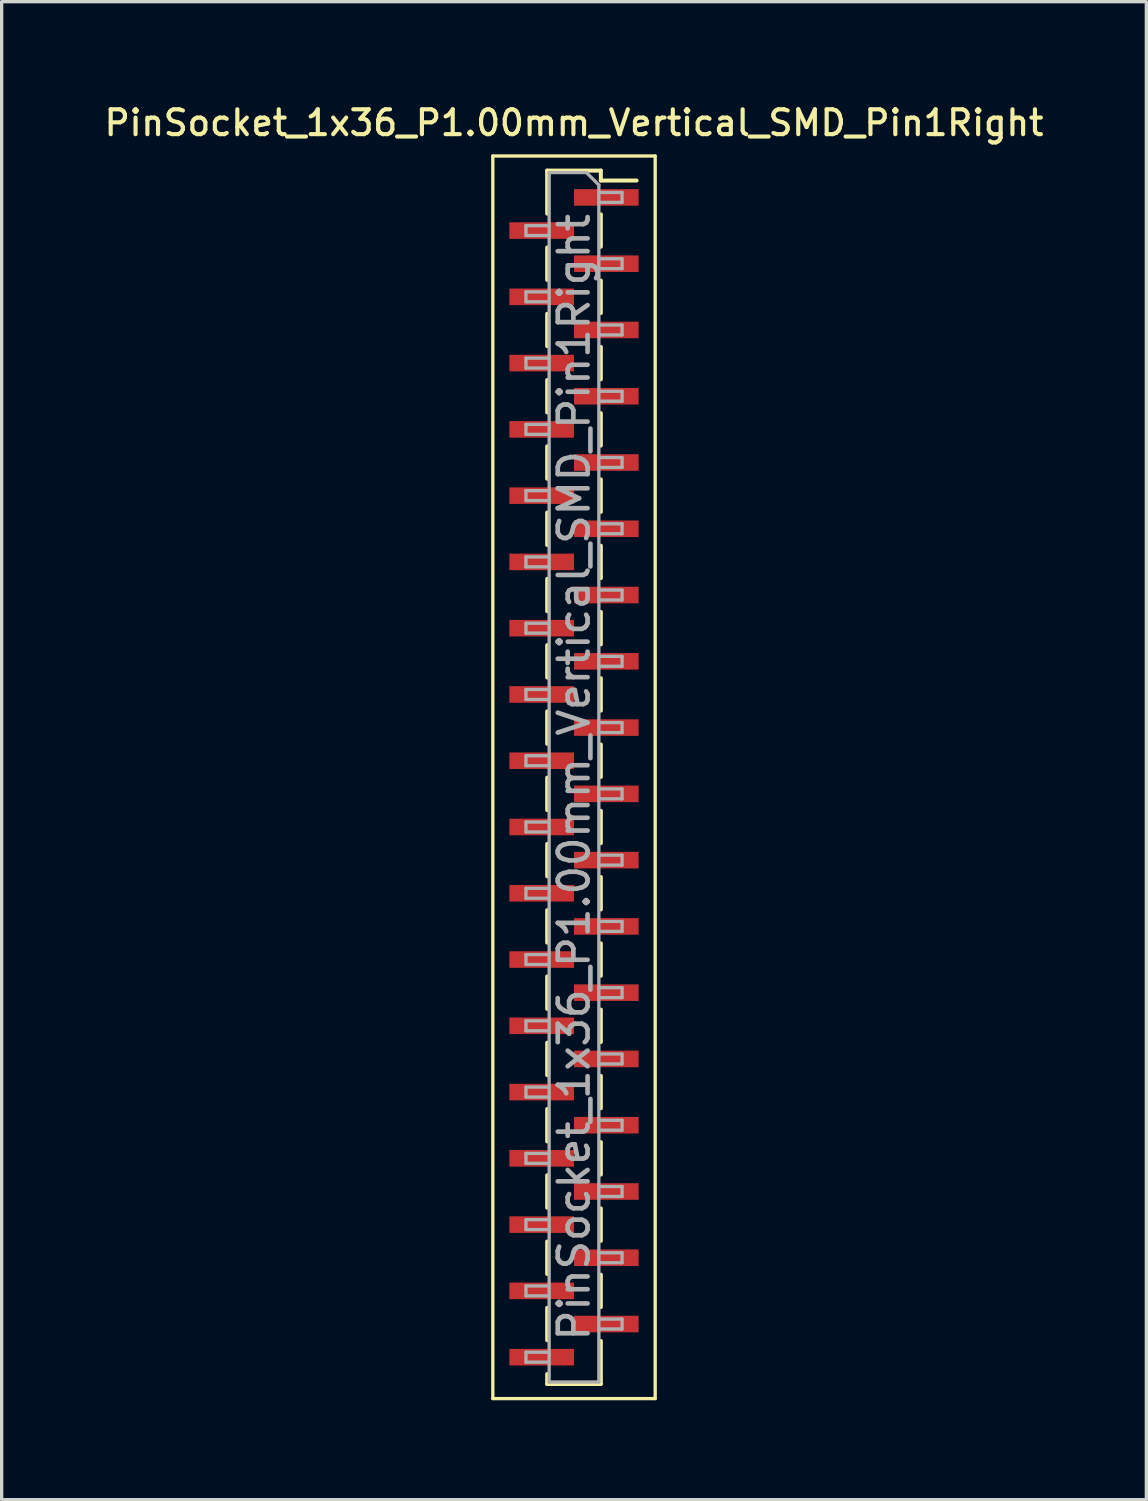
<source format=kicad_pcb>
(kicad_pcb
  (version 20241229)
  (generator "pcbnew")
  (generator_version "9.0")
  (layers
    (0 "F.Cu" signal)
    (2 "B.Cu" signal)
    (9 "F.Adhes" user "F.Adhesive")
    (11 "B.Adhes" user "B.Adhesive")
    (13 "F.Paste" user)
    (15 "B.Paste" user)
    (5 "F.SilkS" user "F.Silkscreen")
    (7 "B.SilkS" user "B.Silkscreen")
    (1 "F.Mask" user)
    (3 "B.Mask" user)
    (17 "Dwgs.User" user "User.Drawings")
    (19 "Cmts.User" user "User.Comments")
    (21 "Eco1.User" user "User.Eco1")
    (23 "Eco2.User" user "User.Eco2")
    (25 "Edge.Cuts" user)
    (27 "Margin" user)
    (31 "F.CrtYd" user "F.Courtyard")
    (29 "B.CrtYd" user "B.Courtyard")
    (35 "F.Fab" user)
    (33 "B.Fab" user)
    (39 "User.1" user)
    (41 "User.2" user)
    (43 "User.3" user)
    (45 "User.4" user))
  (footprint "PinSocket_1x36_P1.00mm_Vertical_SMD_Pin1Right"
    (layer "F.Cu")
    (at 14.273 20.408)
    (property "Reference" "PinSocket_1x36_P1.00mm_Vertical_SMD_Pin1Right" (at 0 -19.75 0) (layer "F.SilkS") (effects (font (size 0.75 0.75) (thickness 0.125))))
    (attr smd)
    (fp_line (start -2.45 -18.75) (end 2.45 -18.75) (stroke (width 0.1) (type solid)) (layer "F.SilkS"))
    (fp_line (start -2.45 18.75) (end -2.45 -18.75) (stroke (width 0.1) (type solid)) (layer "F.SilkS"))
    (fp_line (start -0.81 -18.31) (end -0.81 -17.01) (stroke (width 0.12) (type solid)) (layer "F.SilkS"))
    (fp_line (start -0.81 -18.31) (end 0.81 -18.31) (stroke (width 0.12) (type solid)) (layer "F.SilkS"))
    (fp_line (start -0.81 -15.99) (end -0.81 -15.01) (stroke (width 0.12) (type solid)) (layer "F.SilkS"))
    (fp_line (start -0.81 -13.99) (end -0.81 -13.01) (stroke (width 0.12) (type solid)) (layer "F.SilkS"))
    (fp_line (start -0.81 -11.99) (end -0.81 -11.01) (stroke (width 0.12) (type solid)) (layer "F.SilkS"))
    (fp_line (start -0.81 -9.99) (end -0.81 -9.01) (stroke (width 0.12) (type solid)) (layer "F.SilkS"))
    (fp_line (start -0.81 -7.99) (end -0.81 -7.01) (stroke (width 0.12) (type solid)) (layer "F.SilkS"))
    (fp_line (start -0.81 -5.99) (end -0.81 -5.01) (stroke (width 0.12) (type solid)) (layer "F.SilkS"))
    (fp_line (start -0.81 -3.99) (end -0.81 -3.01) (stroke (width 0.12) (type solid)) (layer "F.SilkS"))
    (fp_line (start -0.81 -1.99) (end -0.81 -1.01) (stroke (width 0.12) (type solid)) (layer "F.SilkS"))
    (fp_line (start -0.81 0.01) (end -0.81 0.99) (stroke (width 0.12) (type solid)) (layer "F.SilkS"))
    (fp_line (start -0.81 2.01) (end -0.81 2.99) (stroke (width 0.12) (type solid)) (layer "F.SilkS"))
    (fp_line (start -0.81 4.01) (end -0.81 4.99) (stroke (width 0.12) (type solid)) (layer "F.SilkS"))
    (fp_line (start -0.81 6.01) (end -0.81 6.99) (stroke (width 0.12) (type solid)) (layer "F.SilkS"))
    (fp_line (start -0.81 8.01) (end -0.81 8.99) (stroke (width 0.12) (type solid)) (layer "F.SilkS"))
    (fp_line (start -0.81 10.01) (end -0.81 10.99) (stroke (width 0.12) (type solid)) (layer "F.SilkS"))
    (fp_line (start -0.81 12.01) (end -0.81 12.99) (stroke (width 0.12) (type solid)) (layer "F.SilkS"))
    (fp_line (start -0.81 14.01) (end -0.81 14.99) (stroke (width 0.12) (type solid)) (layer "F.SilkS"))
    (fp_line (start -0.81 16.01) (end -0.81 16.99) (stroke (width 0.12) (type solid)) (layer "F.SilkS"))
    (fp_line (start -0.81 18.01) (end -0.81 18.31) (stroke (width 0.12) (type solid)) (layer "F.SilkS"))
    (fp_line (start -0.81 18.31) (end 0.81 18.31) (stroke (width 0.12) (type solid)) (layer "F.SilkS"))
    (fp_line (start 0.81 -18.31) (end 0.81 -18.01) (stroke (width 0.12) (type solid)) (layer "F.SilkS"))
    (fp_line (start 0.81 -18.01) (end 1.89 -18.01) (stroke (width 0.12) (type solid)) (layer "F.SilkS"))
    (fp_line (start 0.81 -16.99) (end 0.81 -16.01) (stroke (width 0.12) (type solid)) (layer "F.SilkS"))
    (fp_line (start 0.81 -14.99) (end 0.81 -14.01) (stroke (width 0.12) (type solid)) (layer "F.SilkS"))
    (fp_line (start 0.81 -12.99) (end 0.81 -12.01) (stroke (width 0.12) (type solid)) (layer "F.SilkS"))
    (fp_line (start 0.81 -10.99) (end 0.81 -10.01) (stroke (width 0.12) (type solid)) (layer "F.SilkS"))
    (fp_line (start 0.81 -8.99) (end 0.81 -8.01) (stroke (width 0.12) (type solid)) (layer "F.SilkS"))
    (fp_line (start 0.81 -6.99) (end 0.81 -6.01) (stroke (width 0.12) (type solid)) (layer "F.SilkS"))
    (fp_line (start 0.81 -4.99) (end 0.81 -4.01) (stroke (width 0.12) (type solid)) (layer "F.SilkS"))
    (fp_line (start 0.81 -2.99) (end 0.81 -2.01) (stroke (width 0.12) (type solid)) (layer "F.SilkS"))
    (fp_line (start 0.81 -0.99) (end 0.81 -0.01) (stroke (width 0.12) (type solid)) (layer "F.SilkS"))
    (fp_line (start 0.81 1.01) (end 0.81 1.99) (stroke (width 0.12) (type solid)) (layer "F.SilkS"))
    (fp_line (start 0.81 3.01) (end 0.81 3.99) (stroke (width 0.12) (type solid)) (layer "F.SilkS"))
    (fp_line (start 0.81 5.01) (end 0.81 5.99) (stroke (width 0.12) (type solid)) (layer "F.SilkS"))
    (fp_line (start 0.81 7.01) (end 0.81 7.99) (stroke (width 0.12) (type solid)) (layer "F.SilkS"))
    (fp_line (start 0.81 9.01) (end 0.81 9.99) (stroke (width 0.12) (type solid)) (layer "F.SilkS"))
    (fp_line (start 0.81 11.01) (end 0.81 11.99) (stroke (width 0.12) (type solid)) (layer "F.SilkS"))
    (fp_line (start 0.81 13.01) (end 0.81 13.99) (stroke (width 0.12) (type solid)) (layer "F.SilkS"))
    (fp_line (start 0.81 15.01) (end 0.81 15.99) (stroke (width 0.12) (type solid)) (layer "F.SilkS"))
    (fp_line (start 0.81 17.01) (end 0.81 18.31) (stroke (width 0.12) (type solid)) (layer "F.SilkS"))
    (fp_line (start 2.45 -18.75) (end 2.45 18.75) (stroke (width 0.1) (type solid)) (layer "F.SilkS"))
    (fp_line (start 2.45 18.75) (end -2.45 18.75) (stroke (width 0.1) (type solid)) (layer "F.SilkS"))
    (fp_line (start -1.45 -16.65) (end -0.75 -16.65) (stroke (width 0.1) (type solid)) (layer "F.Fab"))
    (fp_line (start -1.45 -16.35) (end -1.45 -16.65) (stroke (width 0.1) (type solid)) (layer "F.Fab"))
    (fp_line (start -1.45 -14.65) (end -0.75 -14.65) (stroke (width 0.1) (type solid)) (layer "F.Fab"))
    (fp_line (start -1.45 -14.35) (end -1.45 -14.65) (stroke (width 0.1) (type solid)) (layer "F.Fab"))
    (fp_line (start -1.45 -12.65) (end -0.75 -12.65) (stroke (width 0.1) (type solid)) (layer "F.Fab"))
    (fp_line (start -1.45 -12.35) (end -1.45 -12.65) (stroke (width 0.1) (type solid)) (layer "F.Fab"))
    (fp_line (start -1.45 -10.65) (end -0.75 -10.65) (stroke (width 0.1) (type solid)) (layer "F.Fab"))
    (fp_line (start -1.45 -10.35) (end -1.45 -10.65) (stroke (width 0.1) (type solid)) (layer "F.Fab"))
    (fp_line (start -1.45 -8.65) (end -0.75 -8.65) (stroke (width 0.1) (type solid)) (layer "F.Fab"))
    (fp_line (start -1.45 -8.35) (end -1.45 -8.65) (stroke (width 0.1) (type solid)) (layer "F.Fab"))
    (fp_line (start -1.45 -6.65) (end -0.75 -6.65) (stroke (width 0.1) (type solid)) (layer "F.Fab"))
    (fp_line (start -1.45 -6.35) (end -1.45 -6.65) (stroke (width 0.1) (type solid)) (layer "F.Fab"))
    (fp_line (start -1.45 -4.65) (end -0.75 -4.65) (stroke (width 0.1) (type solid)) (layer "F.Fab"))
    (fp_line (start -1.45 -4.35) (end -1.45 -4.65) (stroke (width 0.1) (type solid)) (layer "F.Fab"))
    (fp_line (start -1.45 -2.65) (end -0.75 -2.65) (stroke (width 0.1) (type solid)) (layer "F.Fab"))
    (fp_line (start -1.45 -2.35) (end -1.45 -2.65) (stroke (width 0.1) (type solid)) (layer "F.Fab"))
    (fp_line (start -1.45 -0.65) (end -0.75 -0.65) (stroke (width 0.1) (type solid)) (layer "F.Fab"))
    (fp_line (start -1.45 -0.35) (end -1.45 -0.65) (stroke (width 0.1) (type solid)) (layer "F.Fab"))
    (fp_line (start -1.45 1.35) (end -0.75 1.35) (stroke (width 0.1) (type solid)) (layer "F.Fab"))
    (fp_line (start -1.45 1.65) (end -1.45 1.35) (stroke (width 0.1) (type solid)) (layer "F.Fab"))
    (fp_line (start -1.45 3.35) (end -0.75 3.35) (stroke (width 0.1) (type solid)) (layer "F.Fab"))
    (fp_line (start -1.45 3.65) (end -1.45 3.35) (stroke (width 0.1) (type solid)) (layer "F.Fab"))
    (fp_line (start -1.45 5.35) (end -0.75 5.35) (stroke (width 0.1) (type solid)) (layer "F.Fab"))
    (fp_line (start -1.45 5.65) (end -1.45 5.35) (stroke (width 0.1) (type solid)) (layer "F.Fab"))
    (fp_line (start -1.45 7.35) (end -0.75 7.35) (stroke (width 0.1) (type solid)) (layer "F.Fab"))
    (fp_line (start -1.45 7.65) (end -1.45 7.35) (stroke (width 0.1) (type solid)) (layer "F.Fab"))
    (fp_line (start -1.45 9.35) (end -0.75 9.35) (stroke (width 0.1) (type solid)) (layer "F.Fab"))
    (fp_line (start -1.45 9.65) (end -1.45 9.35) (stroke (width 0.1) (type solid)) (layer "F.Fab"))
    (fp_line (start -1.45 11.35) (end -0.75 11.35) (stroke (width 0.1) (type solid)) (layer "F.Fab"))
    (fp_line (start -1.45 11.65) (end -1.45 11.35) (stroke (width 0.1) (type solid)) (layer "F.Fab"))
    (fp_line (start -1.45 13.35) (end -0.75 13.35) (stroke (width 0.1) (type solid)) (layer "F.Fab"))
    (fp_line (start -1.45 13.65) (end -1.45 13.35) (stroke (width 0.1) (type solid)) (layer "F.Fab"))
    (fp_line (start -1.45 15.35) (end -0.75 15.35) (stroke (width 0.1) (type solid)) (layer "F.Fab"))
    (fp_line (start -1.45 15.65) (end -1.45 15.35) (stroke (width 0.1) (type solid)) (layer "F.Fab"))
    (fp_line (start -1.45 17.35) (end -0.75 17.35) (stroke (width 0.1) (type solid)) (layer "F.Fab"))
    (fp_line (start -1.45 17.65) (end -1.45 17.35) (stroke (width 0.1) (type solid)) (layer "F.Fab"))
    (fp_line (start -0.75 -18.25) (end 0.375 -18.25) (stroke (width 0.1) (type solid)) (layer "F.Fab"))
    (fp_line (start -0.75 -16.35) (end -1.45 -16.35) (stroke (width 0.1) (type solid)) (layer "F.Fab"))
    (fp_line (start -0.75 -14.35) (end -1.45 -14.35) (stroke (width 0.1) (type solid)) (layer "F.Fab"))
    (fp_line (start -0.75 -12.35) (end -1.45 -12.35) (stroke (width 0.1) (type solid)) (layer "F.Fab"))
    (fp_line (start -0.75 -10.35) (end -1.45 -10.35) (stroke (width 0.1) (type solid)) (layer "F.Fab"))
    (fp_line (start -0.75 -8.35) (end -1.45 -8.35) (stroke (width 0.1) (type solid)) (layer "F.Fab"))
    (fp_line (start -0.75 -6.35) (end -1.45 -6.35) (stroke (width 0.1) (type solid)) (layer "F.Fab"))
    (fp_line (start -0.75 -4.35) (end -1.45 -4.35) (stroke (width 0.1) (type solid)) (layer "F.Fab"))
    (fp_line (start -0.75 -2.35) (end -1.45 -2.35) (stroke (width 0.1) (type solid)) (layer "F.Fab"))
    (fp_line (start -0.75 -0.35) (end -1.45 -0.35) (stroke (width 0.1) (type solid)) (layer "F.Fab"))
    (fp_line (start -0.75 1.65) (end -1.45 1.65) (stroke (width 0.1) (type solid)) (layer "F.Fab"))
    (fp_line (start -0.75 3.65) (end -1.45 3.65) (stroke (width 0.1) (type solid)) (layer "F.Fab"))
    (fp_line (start -0.75 5.65) (end -1.45 5.65) (stroke (width 0.1) (type solid)) (layer "F.Fab"))
    (fp_line (start -0.75 7.65) (end -1.45 7.65) (stroke (width 0.1) (type solid)) (layer "F.Fab"))
    (fp_line (start -0.75 9.65) (end -1.45 9.65) (stroke (width 0.1) (type solid)) (layer "F.Fab"))
    (fp_line (start -0.75 11.65) (end -1.45 11.65) (stroke (width 0.1) (type solid)) (layer "F.Fab"))
    (fp_line (start -0.75 13.65) (end -1.45 13.65) (stroke (width 0.1) (type solid)) (layer "F.Fab"))
    (fp_line (start -0.75 15.65) (end -1.45 15.65) (stroke (width 0.1) (type solid)) (layer "F.Fab"))
    (fp_line (start -0.75 17.65) (end -1.45 17.65) (stroke (width 0.1) (type solid)) (layer "F.Fab"))
    (fp_line (start -0.75 18.25) (end -0.75 -18.25) (stroke (width 0.1) (type solid)) (layer "F.Fab"))
    (fp_line (start 0.375 -18.25) (end 0.75 -17.875) (stroke (width 0.1) (type solid)) (layer "F.Fab"))
    (fp_line (start 0.75 -17.875) (end 0.75 18.25) (stroke (width 0.1) (type solid)) (layer "F.Fab"))
    (fp_line (start 0.75 -17.65) (end 1.45 -17.65) (stroke (width 0.1) (type solid)) (layer "F.Fab"))
    (fp_line (start 0.75 -15.65) (end 1.45 -15.65) (stroke (width 0.1) (type solid)) (layer "F.Fab"))
    (fp_line (start 0.75 -13.65) (end 1.45 -13.65) (stroke (width 0.1) (type solid)) (layer "F.Fab"))
    (fp_line (start 0.75 -11.65) (end 1.45 -11.65) (stroke (width 0.1) (type solid)) (layer "F.Fab"))
    (fp_line (start 0.75 -9.65) (end 1.45 -9.65) (stroke (width 0.1) (type solid)) (layer "F.Fab"))
    (fp_line (start 0.75 -7.65) (end 1.45 -7.65) (stroke (width 0.1) (type solid)) (layer "F.Fab"))
    (fp_line (start 0.75 -5.65) (end 1.45 -5.65) (stroke (width 0.1) (type solid)) (layer "F.Fab"))
    (fp_line (start 0.75 -3.65) (end 1.45 -3.65) (stroke (width 0.1) (type solid)) (layer "F.Fab"))
    (fp_line (start 0.75 -1.65) (end 1.45 -1.65) (stroke (width 0.1) (type solid)) (layer "F.Fab"))
    (fp_line (start 0.75 0.35) (end 1.45 0.35) (stroke (width 0.1) (type solid)) (layer "F.Fab"))
    (fp_line (start 0.75 2.35) (end 1.45 2.35) (stroke (width 0.1) (type solid)) (layer "F.Fab"))
    (fp_line (start 0.75 4.35) (end 1.45 4.35) (stroke (width 0.1) (type solid)) (layer "F.Fab"))
    (fp_line (start 0.75 6.35) (end 1.45 6.35) (stroke (width 0.1) (type solid)) (layer "F.Fab"))
    (fp_line (start 0.75 8.35) (end 1.45 8.35) (stroke (width 0.1) (type solid)) (layer "F.Fab"))
    (fp_line (start 0.75 10.35) (end 1.45 10.35) (stroke (width 0.1) (type solid)) (layer "F.Fab"))
    (fp_line (start 0.75 12.35) (end 1.45 12.35) (stroke (width 0.1) (type solid)) (layer "F.Fab"))
    (fp_line (start 0.75 14.35) (end 1.45 14.35) (stroke (width 0.1) (type solid)) (layer "F.Fab"))
    (fp_line (start 0.75 16.35) (end 1.45 16.35) (stroke (width 0.1) (type solid)) (layer "F.Fab"))
    (fp_line (start 0.75 18.25) (end -0.75 18.25) (stroke (width 0.1) (type solid)) (layer "F.Fab"))
    (fp_line (start 1.45 -17.65) (end 1.45 -17.35) (stroke (width 0.1) (type solid)) (layer "F.Fab"))
    (fp_line (start 1.45 -17.35) (end 0.75 -17.35) (stroke (width 0.1) (type solid)) (layer "F.Fab"))
    (fp_line (start 1.45 -15.65) (end 1.45 -15.35) (stroke (width 0.1) (type solid)) (layer "F.Fab"))
    (fp_line (start 1.45 -15.35) (end 0.75 -15.35) (stroke (width 0.1) (type solid)) (layer "F.Fab"))
    (fp_line (start 1.45 -13.65) (end 1.45 -13.35) (stroke (width 0.1) (type solid)) (layer "F.Fab"))
    (fp_line (start 1.45 -13.35) (end 0.75 -13.35) (stroke (width 0.1) (type solid)) (layer "F.Fab"))
    (fp_line (start 1.45 -11.65) (end 1.45 -11.35) (stroke (width 0.1) (type solid)) (layer "F.Fab"))
    (fp_line (start 1.45 -11.35) (end 0.75 -11.35) (stroke (width 0.1) (type solid)) (layer "F.Fab"))
    (fp_line (start 1.45 -9.65) (end 1.45 -9.35) (stroke (width 0.1) (type solid)) (layer "F.Fab"))
    (fp_line (start 1.45 -9.35) (end 0.75 -9.35) (stroke (width 0.1) (type solid)) (layer "F.Fab"))
    (fp_line (start 1.45 -7.65) (end 1.45 -7.35) (stroke (width 0.1) (type solid)) (layer "F.Fab"))
    (fp_line (start 1.45 -7.35) (end 0.75 -7.35) (stroke (width 0.1) (type solid)) (layer "F.Fab"))
    (fp_line (start 1.45 -5.65) (end 1.45 -5.35) (stroke (width 0.1) (type solid)) (layer "F.Fab"))
    (fp_line (start 1.45 -5.35) (end 0.75 -5.35) (stroke (width 0.1) (type solid)) (layer "F.Fab"))
    (fp_line (start 1.45 -3.65) (end 1.45 -3.35) (stroke (width 0.1) (type solid)) (layer "F.Fab"))
    (fp_line (start 1.45 -3.35) (end 0.75 -3.35) (stroke (width 0.1) (type solid)) (layer "F.Fab"))
    (fp_line (start 1.45 -1.65) (end 1.45 -1.35) (stroke (width 0.1) (type solid)) (layer "F.Fab"))
    (fp_line (start 1.45 -1.35) (end 0.75 -1.35) (stroke (width 0.1) (type solid)) (layer "F.Fab"))
    (fp_line (start 1.45 0.35) (end 1.45 0.65) (stroke (width 0.1) (type solid)) (layer "F.Fab"))
    (fp_line (start 1.45 0.65) (end 0.75 0.65) (stroke (width 0.1) (type solid)) (layer "F.Fab"))
    (fp_line (start 1.45 2.35) (end 1.45 2.65) (stroke (width 0.1) (type solid)) (layer "F.Fab"))
    (fp_line (start 1.45 2.65) (end 0.75 2.65) (stroke (width 0.1) (type solid)) (layer "F.Fab"))
    (fp_line (start 1.45 4.35) (end 1.45 4.65) (stroke (width 0.1) (type solid)) (layer "F.Fab"))
    (fp_line (start 1.45 4.65) (end 0.75 4.65) (stroke (width 0.1) (type solid)) (layer "F.Fab"))
    (fp_line (start 1.45 6.35) (end 1.45 6.65) (stroke (width 0.1) (type solid)) (layer "F.Fab"))
    (fp_line (start 1.45 6.65) (end 0.75 6.65) (stroke (width 0.1) (type solid)) (layer "F.Fab"))
    (fp_line (start 1.45 8.35) (end 1.45 8.65) (stroke (width 0.1) (type solid)) (layer "F.Fab"))
    (fp_line (start 1.45 8.65) (end 0.75 8.65) (stroke (width 0.1) (type solid)) (layer "F.Fab"))
    (fp_line (start 1.45 10.35) (end 1.45 10.65) (stroke (width 0.1) (type solid)) (layer "F.Fab"))
    (fp_line (start 1.45 10.65) (end 0.75 10.65) (stroke (width 0.1) (type solid)) (layer "F.Fab"))
    (fp_line (start 1.45 12.35) (end 1.45 12.65) (stroke (width 0.1) (type solid)) (layer "F.Fab"))
    (fp_line (start 1.45 12.65) (end 0.75 12.65) (stroke (width 0.1) (type solid)) (layer "F.Fab"))
    (fp_line (start 1.45 14.35) (end 1.45 14.65) (stroke (width 0.1) (type solid)) (layer "F.Fab"))
    (fp_line (start 1.45 14.65) (end 0.75 14.65) (stroke (width 0.1) (type solid)) (layer "F.Fab"))
    (fp_line (start 1.45 16.35) (end 1.45 16.65) (stroke (width 0.1) (type solid)) (layer "F.Fab"))
    (fp_line (start 1.45 16.65) (end 0.75 16.65) (stroke (width 0.1) (type solid)) (layer "F.Fab"))
    (fp_text user "${REFERENCE}" (at 0 0 90) (layer "F.Fab") (effects (font (size 0.9 0.9) (thickness 0.14))))
    (pad "1" smd rect (at 0.975 -17.5) (size 1.95 0.5) (layers "F.Cu" "F.Mask" "F.Paste"))
    (pad "2" smd rect (at -0.975 -16.5) (size 1.95 0.5) (layers "F.Cu" "F.Mask" "F.Paste"))
    (pad "3" smd rect (at 0.975 -15.5) (size 1.95 0.5) (layers "F.Cu" "F.Mask" "F.Paste"))
    (pad "4" smd rect (at -0.975 -14.5) (size 1.95 0.5) (layers "F.Cu" "F.Mask" "F.Paste"))
    (pad "5" smd rect (at 0.975 -13.5) (size 1.95 0.5) (layers "F.Cu" "F.Mask" "F.Paste"))
    (pad "6" smd rect (at -0.975 -12.5) (size 1.95 0.5) (layers "F.Cu" "F.Mask" "F.Paste"))
    (pad "7" smd rect (at 0.975 -11.5) (size 1.95 0.5) (layers "F.Cu" "F.Mask" "F.Paste"))
    (pad "8" smd rect (at -0.975 -10.5) (size 1.95 0.5) (layers "F.Cu" "F.Mask" "F.Paste"))
    (pad "9" smd rect (at 0.975 -9.5) (size 1.95 0.5) (layers "F.Cu" "F.Mask" "F.Paste"))
    (pad "10" smd rect (at -0.975 -8.5) (size 1.95 0.5) (layers "F.Cu" "F.Mask" "F.Paste"))
    (pad "11" smd rect (at 0.975 -7.5) (size 1.95 0.5) (layers "F.Cu" "F.Mask" "F.Paste"))
    (pad "12" smd rect (at -0.975 -6.5) (size 1.95 0.5) (layers "F.Cu" "F.Mask" "F.Paste"))
    (pad "13" smd rect (at 0.975 -5.5) (size 1.95 0.5) (layers "F.Cu" "F.Mask" "F.Paste"))
    (pad "14" smd rect (at -0.975 -4.5) (size 1.95 0.5) (layers "F.Cu" "F.Mask" "F.Paste"))
    (pad "15" smd rect (at 0.975 -3.5) (size 1.95 0.5) (layers "F.Cu" "F.Mask" "F.Paste"))
    (pad "16" smd rect (at -0.975 -2.5) (size 1.95 0.5) (layers "F.Cu" "F.Mask" "F.Paste"))
    (pad "17" smd rect (at 0.975 -1.5) (size 1.95 0.5) (layers "F.Cu" "F.Mask" "F.Paste"))
    (pad "18" smd rect (at -0.975 -0.5) (size 1.95 0.5) (layers "F.Cu" "F.Mask" "F.Paste"))
    (pad "19" smd rect (at 0.975 0.5) (size 1.95 0.5) (layers "F.Cu" "F.Mask" "F.Paste"))
    (pad "20" smd rect (at -0.975 1.5) (size 1.95 0.5) (layers "F.Cu" "F.Mask" "F.Paste"))
    (pad "21" smd rect (at 0.975 2.5) (size 1.95 0.5) (layers "F.Cu" "F.Mask" "F.Paste"))
    (pad "22" smd rect (at -0.975 3.5) (size 1.95 0.5) (layers "F.Cu" "F.Mask" "F.Paste"))
    (pad "23" smd rect (at 0.975 4.5) (size 1.95 0.5) (layers "F.Cu" "F.Mask" "F.Paste"))
    (pad "24" smd rect (at -0.975 5.5) (size 1.95 0.5) (layers "F.Cu" "F.Mask" "F.Paste"))
    (pad "25" smd rect (at 0.975 6.5) (size 1.95 0.5) (layers "F.Cu" "F.Mask" "F.Paste"))
    (pad "26" smd rect (at -0.975 7.5) (size 1.95 0.5) (layers "F.Cu" "F.Mask" "F.Paste"))
    (pad "27" smd rect (at 0.975 8.5) (size 1.95 0.5) (layers "F.Cu" "F.Mask" "F.Paste"))
    (pad "28" smd rect (at -0.975 9.5) (size 1.95 0.5) (layers "F.Cu" "F.Mask" "F.Paste"))
    (pad "29" smd rect (at 0.975 10.5) (size 1.95 0.5) (layers "F.Cu" "F.Mask" "F.Paste"))
    (pad "30" smd rect (at -0.975 11.5) (size 1.95 0.5) (layers "F.Cu" "F.Mask" "F.Paste"))
    (pad "31" smd rect (at 0.975 12.5) (size 1.95 0.5) (layers "F.Cu" "F.Mask" "F.Paste"))
    (pad "32" smd rect (at -0.975 13.5) (size 1.95 0.5) (layers "F.Cu" "F.Mask" "F.Paste"))
    (pad "33" smd rect (at 0.975 14.5) (size 1.95 0.5) (layers "F.Cu" "F.Mask" "F.Paste"))
    (pad "34" smd rect (at -0.975 15.5) (size 1.95 0.5) (layers "F.Cu" "F.Mask" "F.Paste"))
    (pad "35" smd rect (at 0.975 16.5) (size 1.95 0.5) (layers "F.Cu" "F.Mask" "F.Paste"))
    (pad "36" smd rect (at -0.975 17.5) (size 1.95 0.5) (layers "F.Cu" "F.Mask" "F.Paste")))
  (gr_rect
    (start -3 -3)
    (end 31.546 42.208)
    (stroke (width 0.1) (type default))
    (fill no)
    (layer "Edge.Cuts")))
</source>
